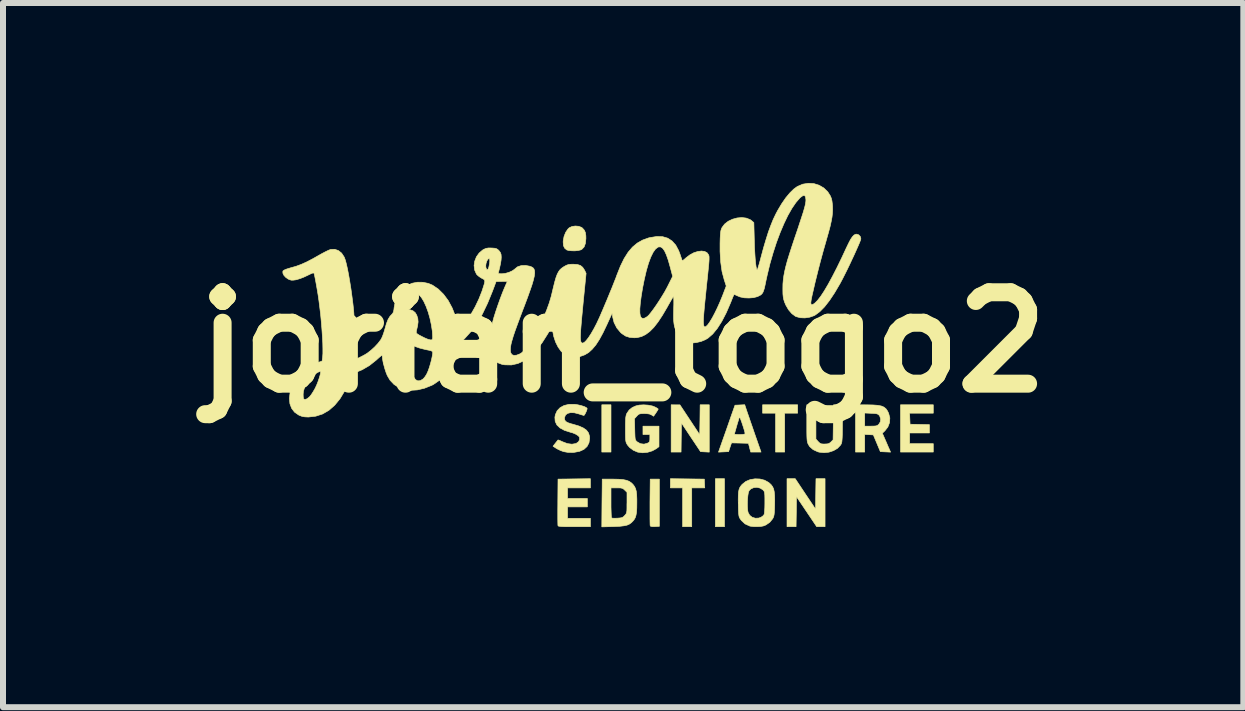
<source format=kicad_pcb>
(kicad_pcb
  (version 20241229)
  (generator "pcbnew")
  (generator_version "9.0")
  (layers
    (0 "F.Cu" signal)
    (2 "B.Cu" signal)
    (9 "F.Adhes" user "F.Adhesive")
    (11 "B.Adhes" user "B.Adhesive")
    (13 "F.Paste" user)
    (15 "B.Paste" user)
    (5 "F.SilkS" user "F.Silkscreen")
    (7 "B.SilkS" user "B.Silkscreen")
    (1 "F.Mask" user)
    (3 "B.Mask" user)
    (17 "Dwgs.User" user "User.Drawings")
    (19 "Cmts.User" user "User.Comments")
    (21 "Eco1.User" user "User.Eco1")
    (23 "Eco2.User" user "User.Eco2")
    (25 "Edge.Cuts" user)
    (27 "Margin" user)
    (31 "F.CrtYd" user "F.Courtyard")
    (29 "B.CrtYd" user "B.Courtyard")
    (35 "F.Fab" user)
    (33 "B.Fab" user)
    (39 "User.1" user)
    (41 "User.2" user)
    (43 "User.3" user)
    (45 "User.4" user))
  (footprint "jorian_logo2"
    (layer "F.Cu")
    (at 7.337 2.656)
    (property "Reference" "jorian_logo2" (at 0 0 0) (layer "F.SilkS") (effects (font (size 1.524 1.524) (thickness 0.3))))
    (attr through_hole)
    (fp_poly (pts (xy -0.203 1.829) (xy -0.356 1.829) (xy -0.356 1.041) (xy -0.203 1.041) (xy -0.203 1.829)) (stroke (width 0.01) (type solid)) (fill yes) (layer "F.SilkS"))
    (fp_poly (pts (xy 1.689 3.073) (xy 1.537 3.073) (xy 1.537 2.273) (xy 1.689 2.273) (xy 1.689 3.073)) (stroke (width 0.01) (type solid)) (fill yes) (layer "F.SilkS"))
    (fp_poly (pts (xy 2.908 1.181) (xy 2.692 1.181) (xy 2.692 1.829) (xy 2.54 1.829) (xy 2.54 1.181) (xy 2.324 1.181) (xy 2.324 1.041) (xy 2.908 1.041) (xy 2.908 1.181)) (stroke (width 0.01) (type solid)) (fill yes) (layer "F.SilkS"))
    (fp_poly (pts (xy 1.353 2.28) (xy 1.356 2.353) (xy 1.36 2.426) (xy 1.143 2.426) (xy 1.143 3.073) (xy 0.991 3.073) (xy 0.991 2.426) (xy 0.787 2.426) (xy 0.787 2.273) (xy 1.353 2.28)) (stroke (width 0.01) (type solid)) (fill yes) (layer "F.SilkS"))
    (fp_poly (pts (xy 3.037 2.527) (xy 3.207 2.781) (xy 3.21 2.527) (xy 3.214 2.273) (xy 3.365 2.273) (xy 3.365 3.073) (xy 3.226 3.073) (xy 2.889 2.572) (xy 2.886 2.823) (xy 2.882 3.073) (xy 2.731 3.073) (xy 2.731 2.273) (xy 2.868 2.273) (xy 3.037 2.527)) (stroke (width 0.01) (type solid)) (fill yes) (layer "F.SilkS"))
    (fp_poly (pts (xy 5.169 1.181) (xy 4.774 1.181) (xy 4.778 1.273) (xy 4.782 1.365) (xy 5.105 1.372) (xy 5.105 1.511) (xy 4.775 1.511) (xy 4.775 1.689) (xy 5.169 1.689) (xy 5.169 1.829) (xy 4.623 1.829) (xy 4.623 1.041) (xy 5.169 1.041) (xy 5.169 1.181)) (stroke (width 0.01) (type solid)) (fill yes) (layer "F.SilkS"))
    (fp_poly (pts (xy 0.603 3.067) (xy 0.53 3.071) (xy 0.483 3.071) (xy 0.457 3.065) (xy 0.451 3.058) (xy 0.449 3.042) (xy 0.448 3.003) (xy 0.447 2.946) (xy 0.447 2.873) (xy 0.447 2.787) (xy 0.447 2.693) (xy 0.447 2.661) (xy 0.451 2.28) (xy 0.603 2.28) (xy 0.603 3.067)) (stroke (width 0.01) (type solid)) (fill yes) (layer "F.SilkS"))
    (fp_poly (pts (xy 1.435 1.83) (xy 1.363 1.826) (xy 1.29 1.822) (xy 1.131 1.584) (xy 0.972 1.345) (xy 0.968 1.587) (xy 0.965 1.829) (xy 0.8 1.829) (xy 0.8 1.041) (xy 0.873 1.042) (xy 0.946 1.042) (xy 1.276 1.541) (xy 1.28 1.291) (xy 1.283 1.041) (xy 1.435 1.041) (xy 1.435 1.83)) (stroke (width 0.01) (type solid)) (fill yes) (layer "F.SilkS"))
    (fp_poly (pts (xy -0.546 2.426) (xy -0.927 2.426) (xy -0.927 2.603) (xy -0.597 2.603) (xy -0.597 2.743) (xy -0.927 2.743) (xy -0.927 2.934) (xy -0.546 2.934) (xy -0.546 3.073) (xy -0.813 3.073) (xy -0.908 3.073) (xy -0.979 3.072) (xy -1.031 3.07) (xy -1.064 3.066) (xy -1.082 3.062) (xy -1.086 3.057) (xy -1.088 3.041) (xy -1.089 3.003) (xy -1.09 2.945) (xy -1.09 2.873) (xy -1.09 2.787) (xy -1.089 2.693) (xy -1.089 2.661) (xy -1.086 2.28) (xy -0.546 2.273) (xy -0.546 2.426)) (stroke (width 0.01) (type solid)) (fill yes) (layer "F.SilkS"))
    (fp_poly (pts (xy -0.741 -1.934) (xy -0.694 -1.916) (xy -0.679 -1.905) (xy -0.648 -1.87) (xy -0.63 -1.83) (xy -0.622 -1.777) (xy -0.621 -1.73) (xy -0.629 -1.65) (xy -0.651 -1.59) (xy -0.688 -1.551) (xy -0.707 -1.541) (xy -0.748 -1.531) (xy -0.803 -1.525) (xy -0.86 -1.526) (xy -0.91 -1.531) (xy -0.94 -1.54) (xy -0.975 -1.569) (xy -0.995 -1.611) (xy -1 -1.671) (xy -0.999 -1.693) (xy -0.985 -1.766) (xy -0.958 -1.834) (xy -0.921 -1.888) (xy -0.898 -1.91) (xy -0.852 -1.931) (xy -0.797 -1.939) (xy -0.741 -1.934)) (stroke (width 0.01) (type solid)) (fill yes) (layer "F.SilkS"))
    (fp_poly (pts (xy 3.213 1.612) (xy 3.25 1.654) (xy 3.275 1.678) (xy 3.298 1.691) (xy 3.332 1.695) (xy 3.358 1.695) (xy 3.402 1.693) (xy 3.432 1.685) (xy 3.457 1.667) (xy 3.464 1.66) (xy 3.499 1.625) (xy 3.503 1.333) (xy 3.507 1.041) (xy 3.659 1.041) (xy 3.655 1.357) (xy 3.654 1.454) (xy 3.653 1.53) (xy 3.651 1.587) (xy 3.648 1.628) (xy 3.645 1.658) (xy 3.64 1.679) (xy 3.634 1.695) (xy 3.625 1.71) (xy 3.619 1.718) (xy 3.571 1.768) (xy 3.505 1.806) (xy 3.429 1.831) (xy 3.348 1.839) (xy 3.268 1.831) (xy 3.243 1.824) (xy 3.166 1.788) (xy 3.109 1.738) (xy 3.086 1.701) (xy 3.078 1.684) (xy 3.072 1.664) (xy 3.067 1.639) (xy 3.064 1.605) (xy 3.062 1.559) (xy 3.061 1.496) (xy 3.061 1.414) (xy 3.061 1.347) (xy 3.061 1.041) (xy 3.213 1.041) (xy 3.213 1.612)) (stroke (width 0.01) (type solid)) (fill yes) (layer "F.SilkS"))
    (fp_poly (pts (xy 4.067 1.042) (xy 4.166 1.044) (xy 4.243 1.05) (xy 4.302 1.061) (xy 4.347 1.08) (xy 4.381 1.108) (xy 4.407 1.146) (xy 4.425 1.184) (xy 4.445 1.261) (xy 4.44 1.338) (xy 4.412 1.411) (xy 4.363 1.474) (xy 4.362 1.475) (xy 4.32 1.515) (xy 4.362 1.611) (xy 4.386 1.666) (xy 4.41 1.722) (xy 4.429 1.766) (xy 4.431 1.769) (xy 4.457 1.83) (xy 4.372 1.826) (xy 4.287 1.822) (xy 4.17 1.543) (xy 4.026 1.535) (xy 4.026 1.829) (xy 3.873 1.829) (xy 3.873 1.397) (xy 4.026 1.397) (xy 4.128 1.397) (xy 4.181 1.396) (xy 4.215 1.393) (xy 4.238 1.385) (xy 4.256 1.371) (xy 4.261 1.366) (xy 4.287 1.324) (xy 4.292 1.276) (xy 4.276 1.229) (xy 4.268 1.217) (xy 4.253 1.203) (xy 4.234 1.193) (xy 4.205 1.187) (xy 4.158 1.184) (xy 4.135 1.183) (xy 4.026 1.178) (xy 4.026 1.397) (xy 3.873 1.397) (xy 3.873 1.041) (xy 4.067 1.042)) (stroke (width 0.01) (type solid)) (fill yes) (layer "F.SilkS"))
    (fp_poly (pts (xy 2.059 1.139) (xy 2.073 1.18) (xy 2.094 1.24) (xy 2.119 1.314) (xy 2.148 1.397) (xy 2.178 1.485) (xy 2.195 1.534) (xy 2.298 1.829) (xy 2.126 1.829) (xy 2.088 1.683) (xy 1.947 1.679) (xy 1.806 1.676) (xy 1.781 1.749) (xy 1.757 1.822) (xy 1.589 1.83) (xy 1.653 1.648) (xy 1.681 1.569) (xy 1.695 1.53) (xy 1.854 1.53) (xy 1.866 1.533) (xy 1.896 1.536) (xy 1.94 1.537) (xy 1.943 1.537) (xy 1.994 1.535) (xy 2.023 1.53) (xy 2.032 1.521) (xy 2.028 1.498) (xy 2.018 1.461) (xy 2.004 1.415) (xy 1.988 1.366) (xy 1.972 1.319) (xy 1.957 1.279) (xy 1.945 1.253) (xy 1.938 1.244) (xy 1.938 1.245) (xy 1.931 1.265) (xy 1.92 1.303) (xy 1.905 1.35) (xy 1.89 1.402) (xy 1.876 1.452) (xy 1.864 1.494) (xy 1.856 1.522) (xy 1.854 1.53) (xy 1.695 1.53) (xy 1.714 1.476) (xy 1.748 1.379) (xy 1.78 1.287) (xy 1.79 1.257) (xy 1.864 1.048) (xy 1.945 1.044) (xy 2.026 1.04) (xy 2.059 1.139)) (stroke (width 0.01) (type solid)) (fill yes) (layer "F.SilkS"))
    (fp_poly (pts (xy -0.171 2.28) (xy -0.076 2.282) (xy -0.001 2.288) (xy 0.057 2.3) (xy 0.102 2.318) (xy 0.139 2.344) (xy 0.164 2.369) (xy 0.188 2.401) (xy 0.206 2.437) (xy 0.218 2.481) (xy 0.225 2.538) (xy 0.228 2.612) (xy 0.228 2.673) (xy 0.227 2.762) (xy 0.223 2.83) (xy 0.214 2.882) (xy 0.201 2.923) (xy 0.182 2.956) (xy 0.169 2.972) (xy 0.138 3.005) (xy 0.105 3.029) (xy 0.065 3.047) (xy 0.014 3.058) (xy -0.053 3.066) (xy -0.14 3.07) (xy -0.162 3.071) (xy -0.356 3.076) (xy -0.353 2.678) (xy -0.35 2.426) (xy -0.203 2.426) (xy -0.203 2.671) (xy -0.203 2.748) (xy -0.201 2.816) (xy -0.199 2.871) (xy -0.197 2.909) (xy -0.194 2.926) (xy -0.194 2.926) (xy -0.177 2.931) (xy -0.143 2.932) (xy -0.098 2.931) (xy -0.097 2.931) (xy -0.049 2.927) (xy -0.018 2.921) (xy 0.004 2.908) (xy 0.026 2.886) (xy 0.027 2.885) (xy 0.042 2.868) (xy 0.052 2.852) (xy 0.058 2.832) (xy 0.062 2.804) (xy 0.063 2.761) (xy 0.063 2.7) (xy 0.064 2.672) (xy 0.064 2.5) (xy 0.026 2.463) (xy 0.005 2.444) (xy -0.016 2.433) (xy -0.044 2.427) (xy -0.087 2.426) (xy -0.107 2.426) (xy -0.203 2.426) (xy -0.35 2.426) (xy -0.349 2.28) (xy -0.171 2.28)) (stroke (width 0.01) (type solid)) (fill yes) (layer "F.SilkS"))
    (fp_poly (pts (xy 0.417 1.047) (xy 0.487 1.061) (xy 0.53 1.078) (xy 0.562 1.095) (xy 0.581 1.109) (xy 0.584 1.112) (xy 0.578 1.126) (xy 0.561 1.153) (xy 0.546 1.176) (xy 0.507 1.232) (xy 0.473 1.21) (xy 0.438 1.195) (xy 0.387 1.188) (xy 0.352 1.187) (xy 0.305 1.188) (xy 0.275 1.193) (xy 0.254 1.203) (xy 0.233 1.223) (xy 0.227 1.23) (xy 0.189 1.272) (xy 0.193 1.45) (xy 0.195 1.521) (xy 0.197 1.57) (xy 0.2 1.604) (xy 0.205 1.625) (xy 0.214 1.64) (xy 0.226 1.652) (xy 0.232 1.658) (xy 0.286 1.689) (xy 0.347 1.697) (xy 0.398 1.684) (xy 0.426 1.671) (xy 0.439 1.656) (xy 0.444 1.631) (xy 0.445 1.601) (xy 0.445 1.537) (xy 0.33 1.537) (xy 0.33 1.397) (xy 0.597 1.397) (xy 0.597 1.739) (xy 0.553 1.772) (xy 0.486 1.809) (xy 0.407 1.833) (xy 0.324 1.841) (xy 0.248 1.831) (xy 0.239 1.829) (xy 0.168 1.798) (xy 0.108 1.753) (xy 0.072 1.711) (xy 0.06 1.691) (xy 0.051 1.672) (xy 0.045 1.65) (xy 0.041 1.621) (xy 0.039 1.579) (xy 0.038 1.521) (xy 0.038 1.445) (xy 0.038 1.364) (xy 0.04 1.304) (xy 0.042 1.26) (xy 0.047 1.229) (xy 0.053 1.204) (xy 0.062 1.183) (xy 0.063 1.182) (xy 0.1 1.128) (xy 0.151 1.087) (xy 0.21 1.06) (xy 0.269 1.046) (xy 0.342 1.042) (xy 0.417 1.047)) (stroke (width 0.01) (type solid)) (fill yes) (layer "F.SilkS"))
    (fp_poly (pts (xy -0.808 1.033) (xy -0.753 1.042) (xy -0.698 1.055) (xy -0.65 1.07) (xy -0.616 1.087) (xy -0.601 1.1) (xy -0.603 1.118) (xy -0.613 1.147) (xy -0.628 1.18) (xy -0.643 1.207) (xy -0.654 1.219) (xy -0.655 1.219) (xy -0.669 1.215) (xy -0.701 1.206) (xy -0.74 1.193) (xy -0.814 1.174) (xy -0.878 1.172) (xy -0.928 1.185) (xy -0.962 1.213) (xy -0.977 1.254) (xy -0.978 1.265) (xy -0.973 1.296) (xy -0.957 1.319) (xy -0.925 1.338) (xy -0.873 1.356) (xy -0.838 1.365) (xy -0.74 1.394) (xy -0.665 1.427) (xy -0.611 1.465) (xy -0.577 1.511) (xy -0.561 1.566) (xy -0.559 1.6) (xy -0.57 1.675) (xy -0.602 1.736) (xy -0.654 1.784) (xy -0.727 1.817) (xy -0.818 1.834) (xy -0.837 1.836) (xy -0.923 1.834) (xy -0.991 1.822) (xy -1.042 1.804) (xy -1.094 1.779) (xy -1.115 1.767) (xy -1.169 1.732) (xy -1.13 1.682) (xy -1.106 1.652) (xy -1.09 1.632) (xy -1.086 1.627) (xy -1.073 1.63) (xy -1.044 1.642) (xy -1.014 1.656) (xy -0.93 1.688) (xy -0.854 1.698) (xy -0.789 1.687) (xy -0.784 1.685) (xy -0.746 1.659) (xy -0.726 1.623) (xy -0.728 1.583) (xy -0.728 1.581) (xy -0.749 1.557) (xy -0.788 1.532) (xy -0.839 1.51) (xy -0.882 1.498) (xy -0.979 1.467) (xy -1.053 1.427) (xy -1.105 1.377) (xy -1.133 1.318) (xy -1.138 1.249) (xy -1.13 1.206) (xy -1.1 1.14) (xy -1.051 1.089) (xy -0.985 1.053) (xy -0.905 1.034) (xy -0.814 1.033) (xy -0.808 1.033)) (stroke (width 0.01) (type solid)) (fill yes) (layer "F.SilkS"))
    (fp_poly (pts (xy 2.279 2.278) (xy 2.357 2.298) (xy 2.426 2.336) (xy 2.468 2.375) (xy 2.491 2.407) (xy 2.508 2.444) (xy 2.518 2.491) (xy 2.524 2.551) (xy 2.526 2.628) (xy 2.525 2.704) (xy 2.523 2.779) (xy 2.52 2.833) (xy 2.516 2.871) (xy 2.51 2.9) (xy 2.501 2.923) (xy 2.492 2.94) (xy 2.443 3) (xy 2.379 3.044) (xy 2.336 3.061) (xy 2.291 3.069) (xy 2.233 3.072) (xy 2.174 3.071) (xy 2.123 3.065) (xy 2.106 3.061) (xy 2.031 3.026) (xy 1.971 2.97) (xy 1.959 2.954) (xy 1.945 2.933) (xy 1.935 2.913) (xy 1.929 2.889) (xy 1.925 2.856) (xy 1.922 2.808) (xy 1.92 2.742) (xy 1.92 2.721) (xy 1.919 2.677) (xy 2.07 2.677) (xy 2.071 2.741) (xy 2.075 2.797) (xy 2.082 2.835) (xy 2.109 2.883) (xy 2.151 2.916) (xy 2.204 2.932) (xy 2.261 2.929) (xy 2.299 2.915) (xy 2.329 2.894) (xy 2.349 2.871) (xy 2.354 2.85) (xy 2.358 2.808) (xy 2.361 2.753) (xy 2.362 2.688) (xy 2.362 2.67) (xy 2.362 2.599) (xy 2.361 2.55) (xy 2.358 2.516) (xy 2.354 2.494) (xy 2.346 2.478) (xy 2.334 2.464) (xy 2.329 2.459) (xy 2.284 2.43) (xy 2.23 2.417) (xy 2.176 2.422) (xy 2.128 2.443) (xy 2.098 2.474) (xy 2.087 2.503) (xy 2.079 2.552) (xy 2.073 2.612) (xy 2.07 2.677) (xy 1.919 2.677) (xy 1.918 2.627) (xy 1.919 2.556) (xy 1.922 2.501) (xy 1.93 2.459) (xy 1.941 2.426) (xy 1.959 2.397) (xy 1.982 2.369) (xy 1.984 2.367) (xy 2.044 2.319) (xy 2.117 2.288) (xy 2.198 2.275) (xy 2.279 2.278)) (stroke (width 0.01) (type solid)) (fill yes) (layer "F.SilkS"))
    (fp_poly (pts (xy 3.178 -2.646) (xy 3.265 -2.619) (xy 3.344 -2.573) (xy 3.41 -2.509) (xy 3.451 -2.445) (xy 3.469 -2.403) (xy 3.48 -2.359) (xy 3.487 -2.302) (xy 3.49 -2.267) (xy 3.491 -2.208) (xy 3.488 -2.149) (xy 3.481 -2.086) (xy 3.468 -2.016) (xy 3.45 -1.934) (xy 3.424 -1.837) (xy 3.391 -1.721) (xy 3.378 -1.674) (xy 3.335 -1.524) (xy 3.289 -1.355) (xy 3.243 -1.176) (xy 3.198 -0.994) (xy 3.157 -0.816) (xy 3.148 -0.778) (xy 3.134 -0.708) (xy 3.128 -0.66) (xy 3.132 -0.633) (xy 3.146 -0.626) (xy 3.17 -0.636) (xy 3.197 -0.656) (xy 3.241 -0.7) (xy 3.293 -0.767) (xy 3.352 -0.857) (xy 3.417 -0.967) (xy 3.488 -1.098) (xy 3.565 -1.248) (xy 3.647 -1.417) (xy 3.717 -1.568) (xy 3.758 -1.653) (xy 3.791 -1.716) (xy 3.821 -1.76) (xy 3.848 -1.788) (xy 3.874 -1.801) (xy 3.891 -1.803) (xy 3.926 -1.792) (xy 3.953 -1.763) (xy 3.962 -1.726) (xy 3.957 -1.706) (xy 3.942 -1.666) (xy 3.918 -1.61) (xy 3.888 -1.542) (xy 3.853 -1.464) (xy 3.814 -1.381) (xy 3.774 -1.295) (xy 3.733 -1.21) (xy 3.693 -1.13) (xy 3.656 -1.057) (xy 3.623 -0.995) (xy 3.614 -0.978) (xy 3.524 -0.825) (xy 3.438 -0.696) (xy 3.356 -0.591) (xy 3.278 -0.512) (xy 3.204 -0.457) (xy 3.181 -0.444) (xy 3.109 -0.419) (xy 3.03 -0.407) (xy 2.953 -0.41) (xy 2.885 -0.428) (xy 2.87 -0.435) (xy 2.811 -0.479) (xy 2.756 -0.543) (xy 2.711 -0.621) (xy 2.689 -0.673) (xy 2.676 -0.715) (xy 2.668 -0.757) (xy 2.663 -0.804) (xy 2.662 -0.865) (xy 2.662 -0.908) (xy 2.663 -0.975) (xy 2.669 -1.041) (xy 2.678 -1.109) (xy 2.692 -1.183) (xy 2.711 -1.264) (xy 2.736 -1.357) (xy 2.769 -1.464) (xy 2.809 -1.588) (xy 2.857 -1.733) (xy 2.866 -1.759) (xy 2.911 -1.891) (xy 2.947 -2.001) (xy 2.977 -2.092) (xy 3.001 -2.166) (xy 3.018 -2.225) (xy 3.031 -2.273) (xy 3.039 -2.311) (xy 3.044 -2.341) (xy 3.046 -2.367) (xy 3.045 -2.387) (xy 3.038 -2.429) (xy 3.021 -2.448) (xy 2.995 -2.444) (xy 2.958 -2.418) (xy 2.944 -2.405) (xy 2.879 -2.33) (xy 2.812 -2.232) (xy 2.745 -2.114) (xy 2.68 -1.979) (xy 2.616 -1.828) (xy 2.555 -1.665) (xy 2.499 -1.492) (xy 2.447 -1.312) (xy 2.402 -1.126) (xy 2.382 -1.035) (xy 2.366 -0.957) (xy 2.353 -0.899) (xy 2.34 -0.859) (xy 2.328 -0.83) (xy 2.314 -0.81) (xy 2.297 -0.793) (xy 2.293 -0.79) (xy 2.241 -0.763) (xy 2.174 -0.745) (xy 2.097 -0.739) (xy 2.02 -0.742) (xy 1.948 -0.757) (xy 1.907 -0.774) (xy 1.874 -0.789) (xy 1.852 -0.797) (xy 1.848 -0.798) (xy 1.842 -0.785) (xy 1.828 -0.754) (xy 1.81 -0.709) (xy 1.792 -0.663) (xy 1.719 -0.494) (xy 1.645 -0.351) (xy 1.569 -0.232) (xy 1.493 -0.139) (xy 1.415 -0.071) (xy 1.37 -0.044) (xy 1.302 -0.016) (xy 1.225 0.003) (xy 1.148 0.012) (xy 1.078 0.01) (xy 1.033 -0.001) (xy 0.972 -0.037) (xy 0.921 -0.097) (xy 0.881 -0.18) (xy 0.856 -0.263) (xy 0.848 -0.304) (xy 0.843 -0.347) (xy 0.84 -0.4) (xy 0.84 -0.467) (xy 0.842 -0.554) (xy 0.842 -0.564) (xy 0.844 -0.633) (xy 0.844 -0.692) (xy 0.843 -0.736) (xy 0.841 -0.762) (xy 0.839 -0.767) (xy 0.829 -0.752) (xy 0.81 -0.72) (xy 0.783 -0.673) (xy 0.751 -0.617) (xy 0.733 -0.584) (xy 0.654 -0.45) (xy 0.58 -0.338) (xy 0.51 -0.248) (xy 0.441 -0.179) (xy 0.373 -0.129) (xy 0.305 -0.096) (xy 0.233 -0.079) (xy 0.186 -0.076) (xy 0.106 -0.083) (xy 0.041 -0.104) (xy -0.018 -0.143) (xy -0.04 -0.161) (xy -0.106 -0.24) (xy -0.152 -0.331) (xy -0.174 -0.418) (xy -0.184 -0.486) (xy -0.271 -0.295) (xy -0.336 -0.159) (xy -0.397 -0.047) (xy -0.456 0.044) (xy -0.516 0.115) (xy -0.576 0.17) (xy -0.64 0.208) (xy -0.709 0.233) (xy -0.741 0.24) (xy -0.834 0.246) (xy -0.92 0.227) (xy -0.981 0.196) (xy -1.036 0.147) (xy -1.085 0.078) (xy -1.127 -0.006) (xy -1.158 -0.101) (xy -1.177 -0.198) (xy -1.185 -0.267) (xy -1.257 -0.142) (xy -1.352 0.008) (xy -1.449 0.132) (xy -1.548 0.231) (xy -1.65 0.305) (xy -1.755 0.353) (xy -1.862 0.377) (xy -1.972 0.375) (xy -2.017 0.368) (xy -2.091 0.34) (xy -2.15 0.293) (xy -2.192 0.226) (xy -2.218 0.141) (xy -2.229 0.037) (xy -2.223 -0.086) (xy -2.202 -0.226) (xy -2.177 -0.333) (xy -2.155 -0.415) (xy -2.124 -0.513) (xy -2.088 -0.619) (xy -2.05 -0.726) (xy -2.012 -0.826) (xy -1.977 -0.911) (xy -1.977 -0.911) (xy -1.931 -1.016) (xy -2.025 -1.015) (xy -2.118 -1.013) (xy -2.178 -0.853) (xy -2.261 -0.65) (xy -2.347 -0.471) (xy -2.44 -0.314) (xy -2.538 -0.178) (xy -2.641 -0.064) (xy -2.687 -0.017) (xy -2.719 0.017) (xy -2.741 0.045) (xy -2.755 0.074) (xy -2.767 0.109) (xy -2.779 0.152) (xy -2.828 0.299) (xy -2.891 0.428) (xy -2.969 0.539) (xy -3.059 0.631) (xy -3.161 0.701) (xy -3.189 0.716) (xy -3.312 0.765) (xy -3.43 0.793) (xy -3.542 0.8) (xy -3.645 0.787) (xy -3.738 0.754) (xy -3.819 0.702) (xy -3.886 0.631) (xy -3.932 0.553) (xy -3.952 0.503) (xy -3.972 0.442) (xy -3.99 0.377) (xy -3.998 0.345) (xy -3.534 0.345) (xy -3.533 0.398) (xy -3.53 0.434) (xy -3.515 0.517) (xy -3.491 0.58) (xy -3.461 0.622) (xy -3.424 0.642) (xy -3.382 0.639) (xy -3.337 0.612) (xy -3.329 0.605) (xy -3.306 0.578) (xy -3.28 0.539) (xy -3.268 0.515) (xy -3.25 0.474) (xy -3.23 0.417) (xy -3.211 0.353) (xy -3.194 0.288) (xy -3.182 0.23) (xy -3.175 0.187) (xy -3.175 0.178) (xy -3.176 0.161) (xy -3.184 0.15) (xy -3.202 0.141) (xy -3.236 0.132) (xy -3.282 0.123) (xy -3.34 0.109) (xy -3.398 0.094) (xy -3.443 0.078) (xy -3.449 0.076) (xy -3.484 0.062) (xy -3.508 0.055) (xy -3.514 0.055) (xy -3.519 0.072) (xy -3.524 0.109) (xy -3.528 0.161) (xy -3.531 0.221) (xy -3.533 0.284) (xy -3.534 0.345) (xy -3.998 0.345) (xy -4.004 0.317) (xy -4.012 0.269) (xy -4.013 0.252) (xy -4.016 0.226) (xy -4.021 0.216) (xy -4.033 0.224) (xy -4.059 0.245) (xy -4.094 0.276) (xy -4.112 0.293) (xy -4.23 0.387) (xy -4.35 0.457) (xy -4.43 0.49) (xy -4.468 0.503) (xy -4.495 0.515) (xy -4.514 0.53) (xy -4.53 0.553) (xy -4.546 0.588) (xy -4.567 0.64) (xy -4.575 0.661) (xy -4.643 0.813) (xy -4.721 0.942) (xy -4.809 1.049) (xy -4.905 1.133) (xy -5.01 1.194) (xy -5.124 1.231) (xy -5.245 1.245) (xy -5.251 1.245) (xy -5.308 1.242) (xy -5.353 1.234) (xy -5.397 1.217) (xy -5.411 1.21) (xy -5.478 1.163) (xy -5.526 1.1) (xy -5.555 1.023) (xy -5.563 0.935) (xy -5.555 0.865) (xy -5.334 0.865) (xy -5.333 0.905) (xy -5.329 0.934) (xy -5.326 0.944) (xy -5.301 0.953) (xy -5.267 0.94) (xy -5.226 0.906) (xy -5.226 0.906) (xy -5.198 0.871) (xy -5.167 0.823) (xy -5.137 0.771) (xy -5.133 0.763) (xy -5.109 0.712) (xy -5.087 0.656) (xy -5.068 0.601) (xy -5.053 0.551) (xy -5.044 0.512) (xy -5.044 0.49) (xy -5.045 0.488) (xy -5.062 0.488) (xy -5.092 0.501) (xy -5.129 0.524) (xy -5.169 0.554) (xy -5.206 0.586) (xy -5.206 0.586) (xy -5.263 0.657) (xy -5.305 0.736) (xy -5.33 0.817) (xy -5.334 0.865) (xy -5.555 0.865) (xy -5.551 0.836) (xy -5.537 0.785) (xy -5.49 0.673) (xy -5.421 0.571) (xy -5.333 0.48) (xy -5.23 0.404) (xy -5.113 0.346) (xy -5.084 0.335) (xy -5.018 0.312) (xy -5.009 0.243) (xy -5.005 0.186) (xy -5.005 0.109) (xy -5.007 0.013) (xy -5.013 -0.095) (xy -5.021 -0.214) (xy -5.031 -0.338) (xy -5.043 -0.465) (xy -5.058 -0.589) (xy -5.073 -0.708) (xy -5.075 -0.718) (xy -5.084 -0.783) (xy -5.096 -0.856) (xy -5.109 -0.931) (xy -5.122 -1.003) (xy -5.134 -1.067) (xy -5.144 -1.116) (xy -5.151 -1.146) (xy -5.151 -1.146) (xy -5.157 -1.155) (xy -5.169 -1.156) (xy -5.192 -1.149) (xy -5.23 -1.131) (xy -5.269 -1.112) (xy -5.327 -1.085) (xy -5.387 -1.062) (xy -5.439 -1.046) (xy -5.455 -1.042) (xy -5.5 -1.036) (xy -5.532 -1.036) (xy -5.562 -1.045) (xy -5.582 -1.054) (xy -5.623 -1.082) (xy -5.655 -1.117) (xy -5.672 -1.153) (xy -5.672 -1.185) (xy -5.669 -1.191) (xy -5.649 -1.205) (xy -5.608 -1.222) (xy -5.552 -1.239) (xy -5.546 -1.241) (xy -5.453 -1.267) (xy -5.364 -1.3) (xy -5.271 -1.342) (xy -5.17 -1.395) (xy -5.087 -1.442) (xy -5.025 -1.477) (xy -4.968 -1.507) (xy -4.919 -1.531) (xy -4.885 -1.545) (xy -4.878 -1.548) (xy -4.809 -1.551) (xy -4.747 -1.53) (xy -4.693 -1.487) (xy -4.651 -1.423) (xy -4.646 -1.412) (xy -4.63 -1.368) (xy -4.613 -1.303) (xy -4.594 -1.218) (xy -4.575 -1.119) (xy -4.556 -1.008) (xy -4.537 -0.888) (xy -4.52 -0.764) (xy -4.504 -0.639) (xy -4.494 -0.546) (xy -4.489 -0.488) (xy -4.485 -0.41) (xy -4.481 -0.318) (xy -4.479 -0.219) (xy -4.477 -0.117) (xy -4.477 -0.054) (xy -4.476 0.056) (xy -4.475 0.146) (xy -4.473 0.213) (xy -4.469 0.258) (xy -4.465 0.278) (xy -4.464 0.279) (xy -4.441 0.273) (xy -4.404 0.257) (xy -4.358 0.234) (xy -4.311 0.209) (xy -4.268 0.183) (xy -4.26 0.177) (xy -4.201 0.131) (xy -4.141 0.076) (xy -4.086 0.017) (xy -4.044 -0.038) (xy -4.033 -0.055) (xy -4.014 -0.094) (xy -3.994 -0.148) (xy -3.976 -0.206) (xy -3.973 -0.217) (xy -3.946 -0.312) (xy -3.918 -0.383) (xy -3.886 -0.435) (xy -3.861 -0.461) (xy -3.842 -0.482) (xy -3.829 -0.507) (xy -3.821 -0.546) (xy -3.818 -0.576) (xy -3.811 -0.614) (xy -3.604 -0.614) (xy -3.601 -0.577) (xy -3.592 -0.558) (xy -3.575 -0.549) (xy -3.562 -0.546) (xy -3.505 -0.527) (xy -3.466 -0.495) (xy -3.441 -0.453) (xy -3.423 -0.398) (xy -3.418 -0.341) (xy -3.427 -0.273) (xy -3.436 -0.235) (xy -3.446 -0.193) (xy -3.449 -0.168) (xy -3.445 -0.153) (xy -3.433 -0.142) (xy -3.433 -0.142) (xy -3.402 -0.122) (xy -3.357 -0.098) (xy -3.309 -0.074) (xy -3.267 -0.056) (xy -3.251 -0.05) (xy -3.21 -0.04) (xy -3.187 -0.042) (xy -3.177 -0.06) (xy -3.175 -0.086) (xy -3.181 -0.186) (xy -3.197 -0.291) (xy -3.22 -0.398) (xy -3.249 -0.501) (xy -3.284 -0.597) (xy -3.322 -0.68) (xy -3.362 -0.746) (xy -3.397 -0.786) (xy -3.434 -0.814) (xy -3.464 -0.824) (xy -3.496 -0.816) (xy -3.519 -0.804) (xy -3.559 -0.767) (xy -3.589 -0.713) (xy -3.604 -0.651) (xy -3.604 -0.614) (xy -3.811 -0.614) (xy -3.797 -0.692) (xy -3.759 -0.788) (xy -3.703 -0.868) (xy -3.629 -0.93) (xy -3.535 -0.978) (xy -3.512 -0.986) (xy -3.429 -1.002) (xy -3.338 -1.001) (xy -3.247 -0.982) (xy -3.178 -0.953) (xy -3.082 -0.888) (xy -2.994 -0.801) (xy -2.916 -0.696) (xy -2.85 -0.573) (xy -2.797 -0.438) (xy -2.759 -0.291) (xy -2.749 -0.235) (xy -2.741 -0.185) (xy -2.704 -0.229) (xy -2.622 -0.337) (xy -2.541 -0.461) (xy -2.467 -0.592) (xy -2.404 -0.724) (xy -2.355 -0.848) (xy -2.351 -0.859) (xy -2.329 -0.928) (xy -2.314 -0.976) (xy -2.307 -1.009) (xy -2.308 -1.031) (xy -2.317 -1.045) (xy -2.334 -1.056) (xy -2.359 -1.069) (xy -2.4 -1.095) (xy -2.436 -1.126) (xy -2.447 -1.141) (xy -2.476 -1.206) (xy -2.484 -1.276) (xy -2.291 -1.276) (xy -2.286 -1.24) (xy -2.285 -1.237) (xy -2.271 -1.211) (xy -2.258 -1.211) (xy -2.244 -1.236) (xy -2.237 -1.263) (xy -2.227 -1.312) (xy -2.223 -1.355) (xy -2.225 -1.385) (xy -2.233 -1.397) (xy -2.234 -1.397) (xy -2.254 -1.386) (xy -2.272 -1.356) (xy -2.285 -1.317) (xy -2.291 -1.276) (xy -2.484 -1.276) (xy -2.485 -1.279) (xy -2.474 -1.353) (xy -2.446 -1.425) (xy -2.401 -1.488) (xy -2.343 -1.538) (xy -2.321 -1.551) (xy -2.283 -1.567) (xy -2.242 -1.573) (xy -2.189 -1.572) (xy -2.187 -1.572) (xy -2.14 -1.568) (xy -2.11 -1.56) (xy -2.087 -1.545) (xy -2.068 -1.526) (xy -2.046 -1.496) (xy -2.035 -1.464) (xy -2.032 -1.42) (xy -2.032 -1.418) (xy -2.035 -1.371) (xy -2.044 -1.313) (xy -2.057 -1.254) (xy -2.057 -1.251) (xy -2.069 -1.204) (xy -2.078 -1.168) (xy -2.083 -1.149) (xy -2.083 -1.147) (xy -2.071 -1.145) (xy -2.042 -1.143) (xy -2.016 -1.143) (xy -1.961 -1.15) (xy -1.902 -1.167) (xy -1.849 -1.191) (xy -1.81 -1.218) (xy -1.804 -1.224) (xy -1.76 -1.259) (xy -1.699 -1.279) (xy -1.628 -1.282) (xy -1.559 -1.269) (xy -1.528 -1.258) (xy -1.503 -1.243) (xy -1.486 -1.222) (xy -1.477 -1.193) (xy -1.475 -1.154) (xy -1.481 -1.104) (xy -1.496 -1.04) (xy -1.519 -0.961) (xy -1.552 -0.865) (xy -1.593 -0.75) (xy -1.644 -0.614) (xy -1.668 -0.552) (xy -1.722 -0.409) (xy -1.767 -0.287) (xy -1.804 -0.185) (xy -1.833 -0.099) (xy -1.854 -0.028) (xy -1.869 0.03) (xy -1.877 0.077) (xy -1.88 0.116) (xy -1.879 0.149) (xy -1.875 0.171) (xy -1.856 0.204) (xy -1.822 0.218) (xy -1.776 0.214) (xy -1.722 0.193) (xy -1.693 0.175) (xy -1.647 0.135) (xy -1.596 0.074) (xy -1.541 -0.004) (xy -1.485 -0.097) (xy -1.428 -0.201) (xy -1.372 -0.312) (xy -1.32 -0.427) (xy -1.273 -0.543) (xy -1.232 -0.656) (xy -1.2 -0.764) (xy -1.188 -0.813) (xy -1.162 -0.922) (xy -1.14 -1.01) (xy -1.12 -1.079) (xy -1.1 -1.133) (xy -1.079 -1.174) (xy -1.056 -1.207) (xy -1.029 -1.233) (xy -0.996 -1.256) (xy -0.985 -1.263) (xy -0.947 -1.284) (xy -0.914 -1.296) (xy -0.874 -1.301) (xy -0.831 -1.302) (xy -0.762 -1.297) (xy -0.712 -1.281) (xy -0.675 -1.251) (xy -0.644 -1.204) (xy -0.642 -1.2) (xy -0.618 -1.15) (xy -0.666 -0.667) (xy -0.68 -0.518) (xy -0.692 -0.393) (xy -0.701 -0.288) (xy -0.708 -0.203) (xy -0.711 -0.136) (xy -0.713 -0.084) (xy -0.711 -0.045) (xy -0.707 -0.018) (xy -0.7 -0.001) (xy -0.691 0.009) (xy -0.679 0.012) (xy -0.673 0.013) (xy -0.648 0.001) (xy -0.615 -0.031) (xy -0.576 -0.081) (xy -0.534 -0.146) (xy -0.489 -0.224) (xy -0.443 -0.312) (xy -0.399 -0.406) (xy -0.398 -0.408) (xy -0.357 -0.502) (xy -0.332 -0.561) (xy 0.278 -0.561) (xy 0.278 -0.489) (xy 0.286 -0.439) (xy 0.303 -0.409) (xy 0.328 -0.398) (xy 0.362 -0.405) (xy 0.403 -0.43) (xy 0.429 -0.455) (xy 0.464 -0.498) (xy 0.506 -0.554) (xy 0.553 -0.621) (xy 0.602 -0.695) (xy 0.649 -0.77) (xy 0.693 -0.843) (xy 0.73 -0.911) (xy 0.742 -0.934) (xy 0.825 -1.1) (xy 0.783 -1.258) (xy 0.751 -1.371) (xy 0.72 -1.459) (xy 0.69 -1.524) (xy 0.659 -1.567) (xy 0.628 -1.589) (xy 0.595 -1.591) (xy 0.58 -1.586) (xy 0.539 -1.555) (xy 0.499 -1.499) (xy 0.46 -1.42) (xy 0.422 -1.318) (xy 0.386 -1.194) (xy 0.352 -1.048) (xy 0.324 -0.908) (xy 0.301 -0.769) (xy 0.286 -0.654) (xy 0.278 -0.561) (xy -0.332 -0.561) (xy -0.314 -0.604) (xy -0.269 -0.71) (xy -0.226 -0.815) (xy -0.185 -0.914) (xy -0.15 -1.003) (xy -0.121 -1.076) (xy -0.106 -1.118) (xy -0.046 -1.269) (xy 0.016 -1.396) (xy 0.083 -1.502) (xy 0.155 -1.587) (xy 0.235 -1.654) (xy 0.323 -1.704) (xy 0.422 -1.74) (xy 0.447 -1.746) (xy 0.56 -1.764) (xy 0.658 -1.761) (xy 0.743 -1.736) (xy 0.815 -1.689) (xy 0.876 -1.621) (xy 0.925 -1.529) (xy 0.947 -1.471) (xy 0.963 -1.423) (xy 0.976 -1.385) (xy 0.984 -1.363) (xy 0.986 -1.36) (xy 0.996 -1.365) (xy 1.02 -1.384) (xy 1.048 -1.409) (xy 1.111 -1.457) (xy 1.177 -1.493) (xy 1.243 -1.514) (xy 1.305 -1.522) (xy 1.358 -1.515) (xy 1.399 -1.493) (xy 1.423 -1.46) (xy 1.427 -1.45) (xy 1.43 -1.439) (xy 1.432 -1.425) (xy 1.432 -1.406) (xy 1.432 -1.38) (xy 1.43 -1.344) (xy 1.426 -1.296) (xy 1.42 -1.234) (xy 1.412 -1.155) (xy 1.402 -1.057) (xy 1.389 -0.939) (xy 1.377 -0.817) (xy 1.363 -0.681) (xy 1.352 -0.568) (xy 1.344 -0.476) (xy 1.339 -0.404) (xy 1.337 -0.348) (xy 1.339 -0.308) (xy 1.343 -0.281) (xy 1.35 -0.264) (xy 1.359 -0.257) (xy 1.361 -0.256) (xy 1.382 -0.265) (xy 1.411 -0.294) (xy 1.445 -0.342) (xy 1.484 -0.406) (xy 1.525 -0.483) (xy 1.568 -0.571) (xy 1.611 -0.667) (xy 1.653 -0.769) (xy 1.664 -0.797) (xy 1.718 -0.939) (xy 1.684 -1.044) (xy 1.648 -1.179) (xy 1.626 -1.336) (xy 1.615 -1.514) (xy 1.615 -1.651) (xy 1.617 -1.731) (xy 1.62 -1.79) (xy 1.624 -1.833) (xy 1.629 -1.864) (xy 1.637 -1.889) (xy 1.647 -1.912) (xy 1.648 -1.914) (xy 1.691 -1.971) (xy 1.751 -2.018) (xy 1.822 -2.052) (xy 1.899 -2.073) (xy 1.978 -2.08) (xy 2.052 -2.071) (xy 2.117 -2.045) (xy 2.143 -2.026) (xy 2.178 -1.996) (xy 2.186 -1.693) (xy 2.189 -1.582) (xy 2.195 -1.48) (xy 2.201 -1.39) (xy 2.208 -1.316) (xy 2.216 -1.258) (xy 2.225 -1.221) (xy 2.233 -1.207) (xy 2.234 -1.206) (xy 2.24 -1.218) (xy 2.25 -1.25) (xy 2.265 -1.299) (xy 2.282 -1.36) (xy 2.296 -1.413) (xy 2.34 -1.576) (xy 2.382 -1.717) (xy 2.421 -1.841) (xy 2.461 -1.949) (xy 2.5 -2.046) (xy 2.542 -2.134) (xy 2.575 -2.197) (xy 2.641 -2.308) (xy 2.709 -2.407) (xy 2.778 -2.49) (xy 2.844 -2.555) (xy 2.902 -2.597) (xy 2.992 -2.636) (xy 3.086 -2.651) (xy 3.178 -2.646)) (stroke (width 0.01) (type solid)) (fill yes) (layer "F.SilkS")))
  (gr_rect
    (start -3 -3)
    (end 17.674 8.738)
    (stroke (width 0.1) (type default))
    (fill no)
    (layer "Edge.Cuts")))
</source>
